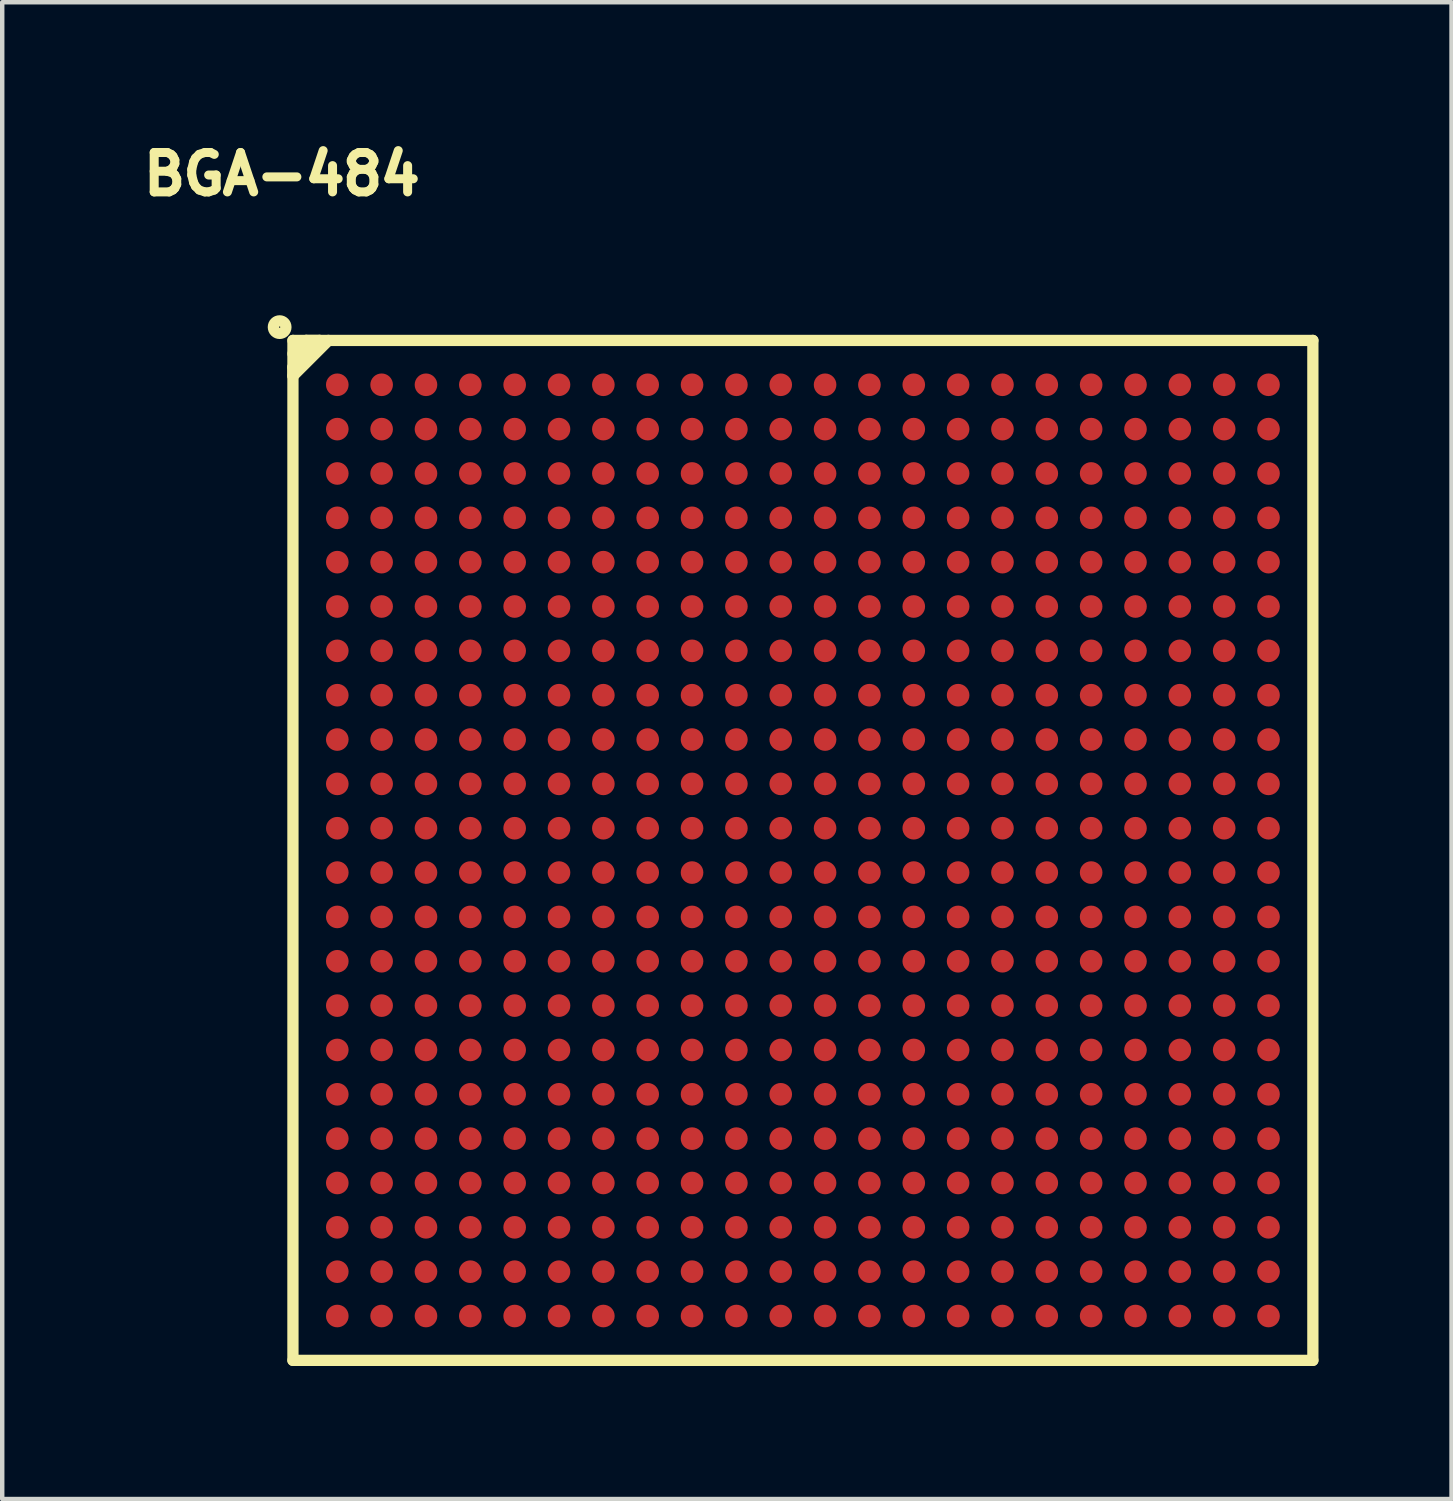
<source format=kicad_pcb>
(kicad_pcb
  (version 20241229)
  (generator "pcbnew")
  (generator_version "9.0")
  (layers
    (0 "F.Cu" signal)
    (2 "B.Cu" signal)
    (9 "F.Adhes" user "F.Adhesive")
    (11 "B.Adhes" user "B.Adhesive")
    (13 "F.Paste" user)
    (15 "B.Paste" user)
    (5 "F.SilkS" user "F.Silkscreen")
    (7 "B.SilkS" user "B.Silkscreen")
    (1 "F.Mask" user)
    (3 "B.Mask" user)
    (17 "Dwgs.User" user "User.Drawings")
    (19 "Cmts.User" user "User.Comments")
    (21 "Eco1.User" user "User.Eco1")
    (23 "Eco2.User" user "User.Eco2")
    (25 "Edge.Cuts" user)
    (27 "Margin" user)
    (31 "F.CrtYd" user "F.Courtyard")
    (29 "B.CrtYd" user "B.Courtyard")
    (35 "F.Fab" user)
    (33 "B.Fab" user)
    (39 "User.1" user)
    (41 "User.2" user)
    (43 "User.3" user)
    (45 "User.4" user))
  (footprint "BGA-484"
    (layer "F.Cu")
    (at 4.556 5.627)
    (property "Reference" "BGA-484" (at -1.25 -4.75 0) (layer "F.SilkS") (effects (font (size 0.889 0.889) (thickness 0.203))))
    (attr through_hole)
    (fp_line (start -1 -1) (end 22 -1) (stroke (width 0.254) (type solid)) (layer "F.SilkS"))
    (fp_line (start -1 -0.7) (end -0.7 -1) (stroke (width 0.254) (type solid)) (layer "F.SilkS"))
    (fp_line (start -1 -0.4) (end -1 -0.2) (stroke (width 0.254) (type solid)) (layer "F.SilkS"))
    (fp_line (start -1 -0.2) (end -0.2 -1) (stroke (width 0.254) (type solid)) (layer "F.SilkS"))
    (fp_line (start -1 22) (end -1 -1) (stroke (width 0.254) (type solid)) (layer "F.SilkS"))
    (fp_line (start -0.7 -1) (end -0.4 -1) (stroke (width 0.254) (type solid)) (layer "F.SilkS"))
    (fp_line (start -0.4 -1) (end -1 -0.4) (stroke (width 0.254) (type solid)) (layer "F.SilkS"))
    (fp_line (start 22 -1) (end 22 22) (stroke (width 0.254) (type solid)) (layer "F.SilkS"))
    (fp_line (start 22 22) (end -1 22) (stroke (width 0.254) (type solid)) (layer "F.SilkS"))
    (fp_circle (center -1.3 -1.3) (end -1.2 -1.2) (stroke (width 0.254) (type solid)) (fill no) (layer "F.SilkS"))
    (pad "A1" smd circle (at 0 0) (size 0.51 0.51) (layers "F.Cu" "F.Mask" "F.Paste"))
    (pad "A2" smd circle (at 1 0) (size 0.51 0.51) (layers "F.Cu" "F.Mask" "F.Paste"))
    (pad "A3" smd circle (at 2 0) (size 0.51 0.51) (layers "F.Cu" "F.Mask" "F.Paste"))
    (pad "A4" smd circle (at 3 0) (size 0.51 0.51) (layers "F.Cu" "F.Mask" "F.Paste"))
    (pad "A5" smd circle (at 4 0) (size 0.51 0.51) (layers "F.Cu" "F.Mask" "F.Paste"))
    (pad "A6" smd circle (at 5 0) (size 0.51 0.51) (layers "F.Cu" "F.Mask" "F.Paste"))
    (pad "A7" smd circle (at 6 0) (size 0.51 0.51) (layers "F.Cu" "F.Mask" "F.Paste"))
    (pad "A8" smd circle (at 7 0) (size 0.51 0.51) (layers "F.Cu" "F.Mask" "F.Paste"))
    (pad "A9" smd circle (at 8 0) (size 0.51 0.51) (layers "F.Cu" "F.Mask" "F.Paste"))
    (pad "A10" smd circle (at 9 0) (size 0.51 0.51) (layers "F.Cu" "F.Mask" "F.Paste"))
    (pad "A11" smd circle (at 10 0) (size 0.51 0.51) (layers "F.Cu" "F.Mask" "F.Paste"))
    (pad "A12" smd circle (at 11 0) (size 0.51 0.51) (layers "F.Cu" "F.Mask" "F.Paste"))
    (pad "A13" smd circle (at 12 0) (size 0.51 0.51) (layers "F.Cu" "F.Mask" "F.Paste"))
    (pad "A14" smd circle (at 13 0) (size 0.51 0.51) (layers "F.Cu" "F.Mask" "F.Paste"))
    (pad "A15" smd circle (at 14 0) (size 0.51 0.51) (layers "F.Cu" "F.Mask" "F.Paste"))
    (pad "A16" smd circle (at 15 0) (size 0.51 0.51) (layers "F.Cu" "F.Mask" "F.Paste"))
    (pad "A17" smd circle (at 16 0) (size 0.51 0.51) (layers "F.Cu" "F.Mask" "F.Paste"))
    (pad "A18" smd circle (at 17 0) (size 0.51 0.51) (layers "F.Cu" "F.Mask" "F.Paste"))
    (pad "A19" smd circle (at 18 0) (size 0.51 0.51) (layers "F.Cu" "F.Mask" "F.Paste"))
    (pad "A20" smd circle (at 19 0) (size 0.51 0.51) (layers "F.Cu" "F.Mask" "F.Paste"))
    (pad "A21" smd circle (at 20 0) (size 0.51 0.51) (layers "F.Cu" "F.Mask" "F.Paste"))
    (pad "A22" smd circle (at 21 0) (size 0.51 0.51) (layers "F.Cu" "F.Mask" "F.Paste"))
    (pad "AA1" smd circle (at 0 20) (size 0.51 0.51) (layers "F.Cu" "F.Mask" "F.Paste"))
    (pad "AA2" smd circle (at 1 20) (size 0.51 0.51) (layers "F.Cu" "F.Mask" "F.Paste"))
    (pad "AA3" smd circle (at 2 20) (size 0.51 0.51) (layers "F.Cu" "F.Mask" "F.Paste"))
    (pad "AA4" smd circle (at 3 20) (size 0.51 0.51) (layers "F.Cu" "F.Mask" "F.Paste"))
    (pad "AA5" smd circle (at 4 20) (size 0.51 0.51) (layers "F.Cu" "F.Mask" "F.Paste"))
    (pad "AA6" smd circle (at 5 20) (size 0.51 0.51) (layers "F.Cu" "F.Mask" "F.Paste"))
    (pad "AA7" smd circle (at 6 20) (size 0.51 0.51) (layers "F.Cu" "F.Mask" "F.Paste"))
    (pad "AA8" smd circle (at 7 20) (size 0.51 0.51) (layers "F.Cu" "F.Mask" "F.Paste"))
    (pad "AA9" smd circle (at 8 20) (size 0.51 0.51) (layers "F.Cu" "F.Mask" "F.Paste"))
    (pad "AA10" smd circle (at 9 20) (size 0.51 0.51) (layers "F.Cu" "F.Mask" "F.Paste"))
    (pad "AA11" smd circle (at 10 20) (size 0.51 0.51) (layers "F.Cu" "F.Mask" "F.Paste"))
    (pad "AA12" smd circle (at 11 20) (size 0.51 0.51) (layers "F.Cu" "F.Mask" "F.Paste"))
    (pad "AA13" smd circle (at 12 20) (size 0.51 0.51) (layers "F.Cu" "F.Mask" "F.Paste"))
    (pad "AA14" smd circle (at 13 20) (size 0.51 0.51) (layers "F.Cu" "F.Mask" "F.Paste"))
    (pad "AA15" smd circle (at 14 20) (size 0.51 0.51) (layers "F.Cu" "F.Mask" "F.Paste"))
    (pad "AA16" smd circle (at 15 20) (size 0.51 0.51) (layers "F.Cu" "F.Mask" "F.Paste"))
    (pad "AA17" smd circle (at 16 20) (size 0.51 0.51) (layers "F.Cu" "F.Mask" "F.Paste"))
    (pad "AA18" smd circle (at 17 20) (size 0.51 0.51) (layers "F.Cu" "F.Mask" "F.Paste"))
    (pad "AA19" smd circle (at 18 20) (size 0.51 0.51) (layers "F.Cu" "F.Mask" "F.Paste"))
    (pad "AA20" smd circle (at 19 20) (size 0.51 0.51) (layers "F.Cu" "F.Mask" "F.Paste"))
    (pad "AA21" smd circle (at 20 20) (size 0.51 0.51) (layers "F.Cu" "F.Mask" "F.Paste"))
    (pad "AA22" smd circle (at 21 20) (size 0.51 0.51) (layers "F.Cu" "F.Mask" "F.Paste"))
    (pad "AB1" smd circle (at 0 21) (size 0.51 0.51) (layers "F.Cu" "F.Mask" "F.Paste"))
    (pad "AB2" smd circle (at 1 21) (size 0.51 0.51) (layers "F.Cu" "F.Mask" "F.Paste"))
    (pad "AB3" smd circle (at 2 21) (size 0.51 0.51) (layers "F.Cu" "F.Mask" "F.Paste"))
    (pad "AB4" smd circle (at 3 21) (size 0.51 0.51) (layers "F.Cu" "F.Mask" "F.Paste"))
    (pad "AB5" smd circle (at 4 21) (size 0.51 0.51) (layers "F.Cu" "F.Mask" "F.Paste"))
    (pad "AB6" smd circle (at 5 21) (size 0.51 0.51) (layers "F.Cu" "F.Mask" "F.Paste"))
    (pad "AB7" smd circle (at 6 21) (size 0.51 0.51) (layers "F.Cu" "F.Mask" "F.Paste"))
    (pad "AB8" smd circle (at 7 21) (size 0.51 0.51) (layers "F.Cu" "F.Mask" "F.Paste"))
    (pad "AB9" smd circle (at 8 21) (size 0.51 0.51) (layers "F.Cu" "F.Mask" "F.Paste"))
    (pad "AB10" smd circle (at 9 21) (size 0.51 0.51) (layers "F.Cu" "F.Mask" "F.Paste"))
    (pad "AB11" smd circle (at 10 21) (size 0.51 0.51) (layers "F.Cu" "F.Mask" "F.Paste"))
    (pad "AB12" smd circle (at 11 21) (size 0.51 0.51) (layers "F.Cu" "F.Mask" "F.Paste"))
    (pad "AB13" smd circle (at 12 21) (size 0.51 0.51) (layers "F.Cu" "F.Mask" "F.Paste"))
    (pad "AB14" smd circle (at 13 21) (size 0.51 0.51) (layers "F.Cu" "F.Mask" "F.Paste"))
    (pad "AB15" smd circle (at 14 21) (size 0.51 0.51) (layers "F.Cu" "F.Mask" "F.Paste"))
    (pad "AB16" smd circle (at 15 21) (size 0.51 0.51) (layers "F.Cu" "F.Mask" "F.Paste"))
    (pad "AB17" smd circle (at 16 21) (size 0.51 0.51) (layers "F.Cu" "F.Mask" "F.Paste"))
    (pad "AB18" smd circle (at 17 21) (size 0.51 0.51) (layers "F.Cu" "F.Mask" "F.Paste"))
    (pad "AB19" smd circle (at 18 21) (size 0.51 0.51) (layers "F.Cu" "F.Mask" "F.Paste"))
    (pad "AB20" smd circle (at 19 21) (size 0.51 0.51) (layers "F.Cu" "F.Mask" "F.Paste"))
    (pad "AB21" smd circle (at 20 21) (size 0.51 0.51) (layers "F.Cu" "F.Mask" "F.Paste"))
    (pad "AB22" smd circle (at 21 21) (size 0.51 0.51) (layers "F.Cu" "F.Mask" "F.Paste"))
    (pad "B1" smd circle (at 0 1) (size 0.51 0.51) (layers "F.Cu" "F.Mask" "F.Paste"))
    (pad "B2" smd circle (at 1 1) (size 0.51 0.51) (layers "F.Cu" "F.Mask" "F.Paste"))
    (pad "B3" smd circle (at 2 1) (size 0.51 0.51) (layers "F.Cu" "F.Mask" "F.Paste"))
    (pad "B4" smd circle (at 3 1) (size 0.51 0.51) (layers "F.Cu" "F.Mask" "F.Paste"))
    (pad "B5" smd circle (at 4 1) (size 0.51 0.51) (layers "F.Cu" "F.Mask" "F.Paste"))
    (pad "B6" smd circle (at 5 1) (size 0.51 0.51) (layers "F.Cu" "F.Mask" "F.Paste"))
    (pad "B7" smd circle (at 6 1) (size 0.51 0.51) (layers "F.Cu" "F.Mask" "F.Paste"))
    (pad "B8" smd circle (at 7 1) (size 0.51 0.51) (layers "F.Cu" "F.Mask" "F.Paste"))
    (pad "B9" smd circle (at 8 1) (size 0.51 0.51) (layers "F.Cu" "F.Mask" "F.Paste"))
    (pad "B10" smd circle (at 9 1) (size 0.51 0.51) (layers "F.Cu" "F.Mask" "F.Paste"))
    (pad "B11" smd circle (at 10 1) (size 0.51 0.51) (layers "F.Cu" "F.Mask" "F.Paste"))
    (pad "B12" smd circle (at 11 1) (size 0.51 0.51) (layers "F.Cu" "F.Mask" "F.Paste"))
    (pad "B13" smd circle (at 12 1) (size 0.51 0.51) (layers "F.Cu" "F.Mask" "F.Paste"))
    (pad "B14" smd circle (at 13 1) (size 0.51 0.51) (layers "F.Cu" "F.Mask" "F.Paste"))
    (pad "B15" smd circle (at 14 1) (size 0.51 0.51) (layers "F.Cu" "F.Mask" "F.Paste"))
    (pad "B16" smd circle (at 15 1) (size 0.51 0.51) (layers "F.Cu" "F.Mask" "F.Paste"))
    (pad "B17" smd circle (at 16 1) (size 0.51 0.51) (layers "F.Cu" "F.Mask" "F.Paste"))
    (pad "B18" smd circle (at 17 1) (size 0.51 0.51) (layers "F.Cu" "F.Mask" "F.Paste"))
    (pad "B19" smd circle (at 18 1) (size 0.51 0.51) (layers "F.Cu" "F.Mask" "F.Paste"))
    (pad "B20" smd circle (at 19 1) (size 0.51 0.51) (layers "F.Cu" "F.Mask" "F.Paste"))
    (pad "B21" smd circle (at 20 1) (size 0.51 0.51) (layers "F.Cu" "F.Mask" "F.Paste"))
    (pad "B22" smd circle (at 21 1) (size 0.51 0.51) (layers "F.Cu" "F.Mask" "F.Paste"))
    (pad "C1" smd circle (at 0 2) (size 0.51 0.51) (layers "F.Cu" "F.Mask" "F.Paste"))
    (pad "C2" smd circle (at 1 2) (size 0.51 0.51) (layers "F.Cu" "F.Mask" "F.Paste"))
    (pad "C3" smd circle (at 2 2) (size 0.51 0.51) (layers "F.Cu" "F.Mask" "F.Paste"))
    (pad "C4" smd circle (at 3 2) (size 0.51 0.51) (layers "F.Cu" "F.Mask" "F.Paste"))
    (pad "C5" smd circle (at 4 2) (size 0.51 0.51) (layers "F.Cu" "F.Mask" "F.Paste"))
    (pad "C6" smd circle (at 5 2) (size 0.51 0.51) (layers "F.Cu" "F.Mask" "F.Paste"))
    (pad "C7" smd circle (at 6 2) (size 0.51 0.51) (layers "F.Cu" "F.Mask" "F.Paste"))
    (pad "C8" smd circle (at 7 2) (size 0.51 0.51) (layers "F.Cu" "F.Mask" "F.Paste"))
    (pad "C9" smd circle (at 8 2) (size 0.51 0.51) (layers "F.Cu" "F.Mask" "F.Paste"))
    (pad "C10" smd circle (at 9 2) (size 0.51 0.51) (layers "F.Cu" "F.Mask" "F.Paste"))
    (pad "C11" smd circle (at 10 2) (size 0.51 0.51) (layers "F.Cu" "F.Mask" "F.Paste"))
    (pad "C12" smd circle (at 11 2) (size 0.51 0.51) (layers "F.Cu" "F.Mask" "F.Paste"))
    (pad "C13" smd circle (at 12 2) (size 0.51 0.51) (layers "F.Cu" "F.Mask" "F.Paste"))
    (pad "C14" smd circle (at 13 2) (size 0.51 0.51) (layers "F.Cu" "F.Mask" "F.Paste"))
    (pad "C15" smd circle (at 14 2) (size 0.51 0.51) (layers "F.Cu" "F.Mask" "F.Paste"))
    (pad "C16" smd circle (at 15 2) (size 0.51 0.51) (layers "F.Cu" "F.Mask" "F.Paste"))
    (pad "C17" smd circle (at 16 2) (size 0.51 0.51) (layers "F.Cu" "F.Mask" "F.Paste"))
    (pad "C18" smd circle (at 17 2) (size 0.51 0.51) (layers "F.Cu" "F.Mask" "F.Paste"))
    (pad "C19" smd circle (at 18 2) (size 0.51 0.51) (layers "F.Cu" "F.Mask" "F.Paste"))
    (pad "C20" smd circle (at 19 2) (size 0.51 0.51) (layers "F.Cu" "F.Mask" "F.Paste"))
    (pad "C21" smd circle (at 20 2) (size 0.51 0.51) (layers "F.Cu" "F.Mask" "F.Paste"))
    (pad "C22" smd circle (at 21 2) (size 0.51 0.51) (layers "F.Cu" "F.Mask" "F.Paste"))
    (pad "D1" smd circle (at 0 3) (size 0.51 0.51) (layers "F.Cu" "F.Mask" "F.Paste"))
    (pad "D2" smd circle (at 1 3) (size 0.51 0.51) (layers "F.Cu" "F.Mask" "F.Paste"))
    (pad "D3" smd circle (at 2 3) (size 0.51 0.51) (layers "F.Cu" "F.Mask" "F.Paste"))
    (pad "D4" smd circle (at 3 3) (size 0.51 0.51) (layers "F.Cu" "F.Mask" "F.Paste"))
    (pad "D5" smd circle (at 4 3) (size 0.51 0.51) (layers "F.Cu" "F.Mask" "F.Paste"))
    (pad "D6" smd circle (at 5 3) (size 0.51 0.51) (layers "F.Cu" "F.Mask" "F.Paste"))
    (pad "D7" smd circle (at 6 3) (size 0.51 0.51) (layers "F.Cu" "F.Mask" "F.Paste"))
    (pad "D8" smd circle (at 7 3) (size 0.51 0.51) (layers "F.Cu" "F.Mask" "F.Paste"))
    (pad "D9" smd circle (at 8 3) (size 0.51 0.51) (layers "F.Cu" "F.Mask" "F.Paste"))
    (pad "D10" smd circle (at 9 3) (size 0.51 0.51) (layers "F.Cu" "F.Mask" "F.Paste"))
    (pad "D11" smd circle (at 10 3) (size 0.51 0.51) (layers "F.Cu" "F.Mask" "F.Paste"))
    (pad "D12" smd circle (at 11 3) (size 0.51 0.51) (layers "F.Cu" "F.Mask" "F.Paste"))
    (pad "D13" smd circle (at 12 3) (size 0.51 0.51) (layers "F.Cu" "F.Mask" "F.Paste"))
    (pad "D14" smd circle (at 13 3) (size 0.51 0.51) (layers "F.Cu" "F.Mask" "F.Paste"))
    (pad "D15" smd circle (at 14 3) (size 0.51 0.51) (layers "F.Cu" "F.Mask" "F.Paste"))
    (pad "D16" smd circle (at 15 3) (size 0.51 0.51) (layers "F.Cu" "F.Mask" "F.Paste"))
    (pad "D17" smd circle (at 16 3) (size 0.51 0.51) (layers "F.Cu" "F.Mask" "F.Paste"))
    (pad "D18" smd circle (at 17 3) (size 0.51 0.51) (layers "F.Cu" "F.Mask" "F.Paste"))
    (pad "D19" smd circle (at 18 3) (size 0.51 0.51) (layers "F.Cu" "F.Mask" "F.Paste"))
    (pad "D20" smd circle (at 19 3) (size 0.51 0.51) (layers "F.Cu" "F.Mask" "F.Paste"))
    (pad "D21" smd circle (at 20 3) (size 0.51 0.51) (layers "F.Cu" "F.Mask" "F.Paste"))
    (pad "D22" smd circle (at 21 3) (size 0.51 0.51) (layers "F.Cu" "F.Mask" "F.Paste"))
    (pad "E1" smd circle (at 0 4) (size 0.51 0.51) (layers "F.Cu" "F.Mask" "F.Paste"))
    (pad "E2" smd circle (at 1 4) (size 0.51 0.51) (layers "F.Cu" "F.Mask" "F.Paste"))
    (pad "E3" smd circle (at 2 4) (size 0.51 0.51) (layers "F.Cu" "F.Mask" "F.Paste"))
    (pad "E4" smd circle (at 3 4) (size 0.51 0.51) (layers "F.Cu" "F.Mask" "F.Paste"))
    (pad "E5" smd circle (at 4 4) (size 0.51 0.51) (layers "F.Cu" "F.Mask" "F.Paste"))
    (pad "E6" smd circle (at 5 4) (size 0.51 0.51) (layers "F.Cu" "F.Mask" "F.Paste"))
    (pad "E7" smd circle (at 6 4) (size 0.51 0.51) (layers "F.Cu" "F.Mask" "F.Paste"))
    (pad "E8" smd circle (at 7 4) (size 0.51 0.51) (layers "F.Cu" "F.Mask" "F.Paste"))
    (pad "E9" smd circle (at 8 4) (size 0.51 0.51) (layers "F.Cu" "F.Mask" "F.Paste"))
    (pad "E10" smd circle (at 9 4) (size 0.51 0.51) (layers "F.Cu" "F.Mask" "F.Paste"))
    (pad "E11" smd circle (at 10 4) (size 0.51 0.51) (layers "F.Cu" "F.Mask" "F.Paste"))
    (pad "E12" smd circle (at 11 4) (size 0.51 0.51) (layers "F.Cu" "F.Mask" "F.Paste"))
    (pad "E13" smd circle (at 12 4) (size 0.51 0.51) (layers "F.Cu" "F.Mask" "F.Paste"))
    (pad "E14" smd circle (at 13 4) (size 0.51 0.51) (layers "F.Cu" "F.Mask" "F.Paste"))
    (pad "E15" smd circle (at 14 4) (size 0.51 0.51) (layers "F.Cu" "F.Mask" "F.Paste"))
    (pad "E16" smd circle (at 15 4) (size 0.51 0.51) (layers "F.Cu" "F.Mask" "F.Paste"))
    (pad "E17" smd circle (at 16 4) (size 0.51 0.51) (layers "F.Cu" "F.Mask" "F.Paste"))
    (pad "E18" smd circle (at 17 4) (size 0.51 0.51) (layers "F.Cu" "F.Mask" "F.Paste"))
    (pad "E19" smd circle (at 18 4) (size 0.51 0.51) (layers "F.Cu" "F.Mask" "F.Paste"))
    (pad "E20" smd circle (at 19 4) (size 0.51 0.51) (layers "F.Cu" "F.Mask" "F.Paste"))
    (pad "E21" smd circle (at 20 4) (size 0.51 0.51) (layers "F.Cu" "F.Mask" "F.Paste"))
    (pad "E22" smd circle (at 21 4) (size 0.51 0.51) (layers "F.Cu" "F.Mask" "F.Paste"))
    (pad "F1" smd circle (at 0 5) (size 0.51 0.51) (layers "F.Cu" "F.Mask" "F.Paste"))
    (pad "F2" smd circle (at 1 5) (size 0.51 0.51) (layers "F.Cu" "F.Mask" "F.Paste"))
    (pad "F3" smd circle (at 2 5) (size 0.51 0.51) (layers "F.Cu" "F.Mask" "F.Paste"))
    (pad "F4" smd circle (at 3 5) (size 0.51 0.51) (layers "F.Cu" "F.Mask" "F.Paste"))
    (pad "F5" smd circle (at 4 5) (size 0.51 0.51) (layers "F.Cu" "F.Mask" "F.Paste"))
    (pad "F6" smd circle (at 5 5) (size 0.51 0.51) (layers "F.Cu" "F.Mask" "F.Paste"))
    (pad "F7" smd circle (at 6 5) (size 0.51 0.51) (layers "F.Cu" "F.Mask" "F.Paste"))
    (pad "F8" smd circle (at 7 5) (size 0.51 0.51) (layers "F.Cu" "F.Mask" "F.Paste"))
    (pad "F9" smd circle (at 8 5) (size 0.51 0.51) (layers "F.Cu" "F.Mask" "F.Paste"))
    (pad "F10" smd circle (at 9 5) (size 0.51 0.51) (layers "F.Cu" "F.Mask" "F.Paste"))
    (pad "F11" smd circle (at 10 5) (size 0.51 0.51) (layers "F.Cu" "F.Mask" "F.Paste"))
    (pad "F12" smd circle (at 11 5) (size 0.51 0.51) (layers "F.Cu" "F.Mask" "F.Paste"))
    (pad "F13" smd circle (at 12 5) (size 0.51 0.51) (layers "F.Cu" "F.Mask" "F.Paste"))
    (pad "F14" smd circle (at 13 5) (size 0.51 0.51) (layers "F.Cu" "F.Mask" "F.Paste"))
    (pad "F15" smd circle (at 14 5) (size 0.51 0.51) (layers "F.Cu" "F.Mask" "F.Paste"))
    (pad "F16" smd circle (at 15 5) (size 0.51 0.51) (layers "F.Cu" "F.Mask" "F.Paste"))
    (pad "F17" smd circle (at 16 5) (size 0.51 0.51) (layers "F.Cu" "F.Mask" "F.Paste"))
    (pad "F18" smd circle (at 17 5) (size 0.51 0.51) (layers "F.Cu" "F.Mask" "F.Paste"))
    (pad "F19" smd circle (at 18 5) (size 0.51 0.51) (layers "F.Cu" "F.Mask" "F.Paste"))
    (pad "F20" smd circle (at 19 5) (size 0.51 0.51) (layers "F.Cu" "F.Mask" "F.Paste"))
    (pad "F21" smd circle (at 20 5) (size 0.51 0.51) (layers "F.Cu" "F.Mask" "F.Paste"))
    (pad "F22" smd circle (at 21 5) (size 0.51 0.51) (layers "F.Cu" "F.Mask" "F.Paste"))
    (pad "G1" smd circle (at 0 6) (size 0.51 0.51) (layers "F.Cu" "F.Mask" "F.Paste"))
    (pad "G2" smd circle (at 1 6) (size 0.51 0.51) (layers "F.Cu" "F.Mask" "F.Paste"))
    (pad "G3" smd circle (at 2 6) (size 0.51 0.51) (layers "F.Cu" "F.Mask" "F.Paste"))
    (pad "G4" smd circle (at 3 6) (size 0.51 0.51) (layers "F.Cu" "F.Mask" "F.Paste"))
    (pad "G5" smd circle (at 4 6) (size 0.51 0.51) (layers "F.Cu" "F.Mask" "F.Paste"))
    (pad "G6" smd circle (at 5 6) (size 0.51 0.51) (layers "F.Cu" "F.Mask" "F.Paste"))
    (pad "G7" smd circle (at 6 6) (size 0.51 0.51) (layers "F.Cu" "F.Mask" "F.Paste"))
    (pad "G8" smd circle (at 7 6) (size 0.51 0.51) (layers "F.Cu" "F.Mask" "F.Paste"))
    (pad "G9" smd circle (at 8 6) (size 0.51 0.51) (layers "F.Cu" "F.Mask" "F.Paste"))
    (pad "G10" smd circle (at 9 6) (size 0.51 0.51) (layers "F.Cu" "F.Mask" "F.Paste"))
    (pad "G11" smd circle (at 10 6) (size 0.51 0.51) (layers "F.Cu" "F.Mask" "F.Paste"))
    (pad "G12" smd circle (at 11 6) (size 0.51 0.51) (layers "F.Cu" "F.Mask" "F.Paste"))
    (pad "G13" smd circle (at 12 6) (size 0.51 0.51) (layers "F.Cu" "F.Mask" "F.Paste"))
    (pad "G14" smd circle (at 13 6) (size 0.51 0.51) (layers "F.Cu" "F.Mask" "F.Paste"))
    (pad "G15" smd circle (at 14 6) (size 0.51 0.51) (layers "F.Cu" "F.Mask" "F.Paste"))
    (pad "G16" smd circle (at 15 6) (size 0.51 0.51) (layers "F.Cu" "F.Mask" "F.Paste"))
    (pad "G17" smd circle (at 16 6) (size 0.51 0.51) (layers "F.Cu" "F.Mask" "F.Paste"))
    (pad "G18" smd circle (at 17 6) (size 0.51 0.51) (layers "F.Cu" "F.Mask" "F.Paste"))
    (pad "G19" smd circle (at 18 6) (size 0.51 0.51) (layers "F.Cu" "F.Mask" "F.Paste"))
    (pad "G20" smd circle (at 19 6) (size 0.51 0.51) (layers "F.Cu" "F.Mask" "F.Paste"))
    (pad "G21" smd circle (at 20 6) (size 0.51 0.51) (layers "F.Cu" "F.Mask" "F.Paste"))
    (pad "G22" smd circle (at 21 6) (size 0.51 0.51) (layers "F.Cu" "F.Mask" "F.Paste"))
    (pad "H1" smd circle (at 0 7) (size 0.51 0.51) (layers "F.Cu" "F.Mask" "F.Paste"))
    (pad "H2" smd circle (at 1 7) (size 0.51 0.51) (layers "F.Cu" "F.Mask" "F.Paste"))
    (pad "H3" smd circle (at 2 7) (size 0.51 0.51) (layers "F.Cu" "F.Mask" "F.Paste"))
    (pad "H4" smd circle (at 3 7) (size 0.51 0.51) (layers "F.Cu" "F.Mask" "F.Paste"))
    (pad "H5" smd circle (at 4 7) (size 0.51 0.51) (layers "F.Cu" "F.Mask" "F.Paste"))
    (pad "H6" smd circle (at 5 7) (size 0.51 0.51) (layers "F.Cu" "F.Mask" "F.Paste"))
    (pad "H7" smd circle (at 6 7) (size 0.51 0.51) (layers "F.Cu" "F.Mask" "F.Paste"))
    (pad "H8" smd circle (at 7 7) (size 0.51 0.51) (layers "F.Cu" "F.Mask" "F.Paste"))
    (pad "H9" smd circle (at 8 7) (size 0.51 0.51) (layers "F.Cu" "F.Mask" "F.Paste"))
    (pad "H10" smd circle (at 9 7) (size 0.51 0.51) (layers "F.Cu" "F.Mask" "F.Paste"))
    (pad "H11" smd circle (at 10 7) (size 0.51 0.51) (layers "F.Cu" "F.Mask" "F.Paste"))
    (pad "H12" smd circle (at 11 7) (size 0.51 0.51) (layers "F.Cu" "F.Mask" "F.Paste"))
    (pad "H13" smd circle (at 12 7) (size 0.51 0.51) (layers "F.Cu" "F.Mask" "F.Paste"))
    (pad "H14" smd circle (at 13 7) (size 0.51 0.51) (layers "F.Cu" "F.Mask" "F.Paste"))
    (pad "H15" smd circle (at 14 7) (size 0.51 0.51) (layers "F.Cu" "F.Mask" "F.Paste"))
    (pad "H16" smd circle (at 15 7) (size 0.51 0.51) (layers "F.Cu" "F.Mask" "F.Paste"))
    (pad "H17" smd circle (at 16 7) (size 0.51 0.51) (layers "F.Cu" "F.Mask" "F.Paste"))
    (pad "H18" smd circle (at 17 7) (size 0.51 0.51) (layers "F.Cu" "F.Mask" "F.Paste"))
    (pad "H19" smd circle (at 18 7) (size 0.51 0.51) (layers "F.Cu" "F.Mask" "F.Paste"))
    (pad "H20" smd circle (at 19 7) (size 0.51 0.51) (layers "F.Cu" "F.Mask" "F.Paste"))
    (pad "H21" smd circle (at 20 7) (size 0.51 0.51) (layers "F.Cu" "F.Mask" "F.Paste"))
    (pad "H22" smd circle (at 21 7) (size 0.51 0.51) (layers "F.Cu" "F.Mask" "F.Paste"))
    (pad "J1" smd circle (at 0 8) (size 0.51 0.51) (layers "F.Cu" "F.Mask" "F.Paste"))
    (pad "J2" smd circle (at 1 8) (size 0.51 0.51) (layers "F.Cu" "F.Mask" "F.Paste"))
    (pad "J3" smd circle (at 2 8) (size 0.51 0.51) (layers "F.Cu" "F.Mask" "F.Paste"))
    (pad "J4" smd circle (at 3 8) (size 0.51 0.51) (layers "F.Cu" "F.Mask" "F.Paste"))
    (pad "J5" smd circle (at 4 8) (size 0.51 0.51) (layers "F.Cu" "F.Mask" "F.Paste"))
    (pad "J6" smd circle (at 5 8) (size 0.51 0.51) (layers "F.Cu" "F.Mask" "F.Paste"))
    (pad "J7" smd circle (at 6 8) (size 0.51 0.51) (layers "F.Cu" "F.Mask" "F.Paste"))
    (pad "J8" smd circle (at 7 8) (size 0.51 0.51) (layers "F.Cu" "F.Mask" "F.Paste"))
    (pad "J9" smd circle (at 8 8) (size 0.51 0.51) (layers "F.Cu" "F.Mask" "F.Paste"))
    (pad "J10" smd circle (at 9 8) (size 0.51 0.51) (layers "F.Cu" "F.Mask" "F.Paste"))
    (pad "J11" smd circle (at 10 8) (size 0.51 0.51) (layers "F.Cu" "F.Mask" "F.Paste"))
    (pad "J12" smd circle (at 11 8) (size 0.51 0.51) (layers "F.Cu" "F.Mask" "F.Paste"))
    (pad "J13" smd circle (at 12 8) (size 0.51 0.51) (layers "F.Cu" "F.Mask" "F.Paste"))
    (pad "J14" smd circle (at 13 8) (size 0.51 0.51) (layers "F.Cu" "F.Mask" "F.Paste"))
    (pad "J15" smd circle (at 14 8) (size 0.51 0.51) (layers "F.Cu" "F.Mask" "F.Paste"))
    (pad "J16" smd circle (at 15 8) (size 0.51 0.51) (layers "F.Cu" "F.Mask" "F.Paste"))
    (pad "J17" smd circle (at 16 8) (size 0.51 0.51) (layers "F.Cu" "F.Mask" "F.Paste"))
    (pad "J18" smd circle (at 17 8) (size 0.51 0.51) (layers "F.Cu" "F.Mask" "F.Paste"))
    (pad "J19" smd circle (at 18 8) (size 0.51 0.51) (layers "F.Cu" "F.Mask" "F.Paste"))
    (pad "J20" smd circle (at 19 8) (size 0.51 0.51) (layers "F.Cu" "F.Mask" "F.Paste"))
    (pad "J21" smd circle (at 20 8) (size 0.51 0.51) (layers "F.Cu" "F.Mask" "F.Paste"))
    (pad "J22" smd circle (at 21 8) (size 0.51 0.51) (layers "F.Cu" "F.Mask" "F.Paste"))
    (pad "K1" smd circle (at 0 9) (size 0.51 0.51) (layers "F.Cu" "F.Mask" "F.Paste"))
    (pad "K2" smd circle (at 1 9) (size 0.51 0.51) (layers "F.Cu" "F.Mask" "F.Paste"))
    (pad "K3" smd circle (at 2 9) (size 0.51 0.51) (layers "F.Cu" "F.Mask" "F.Paste"))
    (pad "K4" smd circle (at 3 9) (size 0.51 0.51) (layers "F.Cu" "F.Mask" "F.Paste"))
    (pad "K5" smd circle (at 4 9) (size 0.51 0.51) (layers "F.Cu" "F.Mask" "F.Paste"))
    (pad "K6" smd circle (at 5 9) (size 0.51 0.51) (layers "F.Cu" "F.Mask" "F.Paste"))
    (pad "K7" smd circle (at 6 9) (size 0.51 0.51) (layers "F.Cu" "F.Mask" "F.Paste"))
    (pad "K8" smd circle (at 7 9) (size 0.51 0.51) (layers "F.Cu" "F.Mask" "F.Paste"))
    (pad "K9" smd circle (at 8 9) (size 0.51 0.51) (layers "F.Cu" "F.Mask" "F.Paste"))
    (pad "K10" smd circle (at 9 9) (size 0.51 0.51) (layers "F.Cu" "F.Mask" "F.Paste"))
    (pad "K11" smd circle (at 10 9) (size 0.51 0.51) (layers "F.Cu" "F.Mask" "F.Paste"))
    (pad "K12" smd circle (at 11 9) (size 0.51 0.51) (layers "F.Cu" "F.Mask" "F.Paste"))
    (pad "K13" smd circle (at 12 9) (size 0.51 0.51) (layers "F.Cu" "F.Mask" "F.Paste"))
    (pad "K14" smd circle (at 13 9) (size 0.51 0.51) (layers "F.Cu" "F.Mask" "F.Paste"))
    (pad "K15" smd circle (at 14 9) (size 0.51 0.51) (layers "F.Cu" "F.Mask" "F.Paste"))
    (pad "K16" smd circle (at 15 9) (size 0.51 0.51) (layers "F.Cu" "F.Mask" "F.Paste"))
    (pad "K17" smd circle (at 16 9) (size 0.51 0.51) (layers "F.Cu" "F.Mask" "F.Paste"))
    (pad "K18" smd circle (at 17 9) (size 0.51 0.51) (layers "F.Cu" "F.Mask" "F.Paste"))
    (pad "K19" smd circle (at 18 9) (size 0.51 0.51) (layers "F.Cu" "F.Mask" "F.Paste"))
    (pad "K20" smd circle (at 19 9) (size 0.51 0.51) (layers "F.Cu" "F.Mask" "F.Paste"))
    (pad "K21" smd circle (at 20 9) (size 0.51 0.51) (layers "F.Cu" "F.Mask" "F.Paste"))
    (pad "K22" smd circle (at 21 9) (size 0.51 0.51) (layers "F.Cu" "F.Mask" "F.Paste"))
    (pad "L1" smd circle (at 0 10) (size 0.51 0.51) (layers "F.Cu" "F.Mask" "F.Paste"))
    (pad "L2" smd circle (at 1 10) (size 0.51 0.51) (layers "F.Cu" "F.Mask" "F.Paste"))
    (pad "L3" smd circle (at 2 10) (size 0.51 0.51) (layers "F.Cu" "F.Mask" "F.Paste"))
    (pad "L4" smd circle (at 3 10) (size 0.51 0.51) (layers "F.Cu" "F.Mask" "F.Paste"))
    (pad "L5" smd circle (at 4 10) (size 0.51 0.51) (layers "F.Cu" "F.Mask" "F.Paste"))
    (pad "L6" smd circle (at 5 10) (size 0.51 0.51) (layers "F.Cu" "F.Mask" "F.Paste"))
    (pad "L7" smd circle (at 6 10) (size 0.51 0.51) (layers "F.Cu" "F.Mask" "F.Paste"))
    (pad "L8" smd circle (at 7 10) (size 0.51 0.51) (layers "F.Cu" "F.Mask" "F.Paste"))
    (pad "L9" smd circle (at 8 10) (size 0.51 0.51) (layers "F.Cu" "F.Mask" "F.Paste"))
    (pad "L10" smd circle (at 9 10) (size 0.51 0.51) (layers "F.Cu" "F.Mask" "F.Paste"))
    (pad "L11" smd circle (at 10 10) (size 0.51 0.51) (layers "F.Cu" "F.Mask" "F.Paste"))
    (pad "L12" smd circle (at 11 10) (size 0.51 0.51) (layers "F.Cu" "F.Mask" "F.Paste"))
    (pad "L13" smd circle (at 12 10) (size 0.51 0.51) (layers "F.Cu" "F.Mask" "F.Paste"))
    (pad "L14" smd circle (at 13 10) (size 0.51 0.51) (layers "F.Cu" "F.Mask" "F.Paste"))
    (pad "L15" smd circle (at 14 10) (size 0.51 0.51) (layers "F.Cu" "F.Mask" "F.Paste"))
    (pad "L16" smd circle (at 15 10) (size 0.51 0.51) (layers "F.Cu" "F.Mask" "F.Paste"))
    (pad "L17" smd circle (at 16 10) (size 0.51 0.51) (layers "F.Cu" "F.Mask" "F.Paste"))
    (pad "L18" smd circle (at 17 10) (size 0.51 0.51) (layers "F.Cu" "F.Mask" "F.Paste"))
    (pad "L19" smd circle (at 18 10) (size 0.51 0.51) (layers "F.Cu" "F.Mask" "F.Paste"))
    (pad "L20" smd circle (at 19 10) (size 0.51 0.51) (layers "F.Cu" "F.Mask" "F.Paste"))
    (pad "L21" smd circle (at 20 10) (size 0.51 0.51) (layers "F.Cu" "F.Mask" "F.Paste"))
    (pad "L22" smd circle (at 21 10) (size 0.51 0.51) (layers "F.Cu" "F.Mask" "F.Paste"))
    (pad "M1" smd circle (at 0 11) (size 0.51 0.51) (layers "F.Cu" "F.Mask" "F.Paste"))
    (pad "M2" smd circle (at 1 11) (size 0.51 0.51) (layers "F.Cu" "F.Mask" "F.Paste"))
    (pad "M3" smd circle (at 2 11) (size 0.51 0.51) (layers "F.Cu" "F.Mask" "F.Paste"))
    (pad "M4" smd circle (at 3 11) (size 0.51 0.51) (layers "F.Cu" "F.Mask" "F.Paste"))
    (pad "M5" smd circle (at 4 11) (size 0.51 0.51) (layers "F.Cu" "F.Mask" "F.Paste"))
    (pad "M6" smd circle (at 5 11) (size 0.51 0.51) (layers "F.Cu" "F.Mask" "F.Paste"))
    (pad "M7" smd circle (at 6 11) (size 0.51 0.51) (layers "F.Cu" "F.Mask" "F.Paste"))
    (pad "M8" smd circle (at 7 11) (size 0.51 0.51) (layers "F.Cu" "F.Mask" "F.Paste"))
    (pad "M9" smd circle (at 8 11) (size 0.51 0.51) (layers "F.Cu" "F.Mask" "F.Paste"))
    (pad "M10" smd circle (at 9 11) (size 0.51 0.51) (layers "F.Cu" "F.Mask" "F.Paste"))
    (pad "M11" smd circle (at 10 11) (size 0.51 0.51) (layers "F.Cu" "F.Mask" "F.Paste"))
    (pad "M12" smd circle (at 11 11) (size 0.51 0.51) (layers "F.Cu" "F.Mask" "F.Paste"))
    (pad "M13" smd circle (at 12 11) (size 0.51 0.51) (layers "F.Cu" "F.Mask" "F.Paste"))
    (pad "M14" smd circle (at 13 11) (size 0.51 0.51) (layers "F.Cu" "F.Mask" "F.Paste"))
    (pad "M15" smd circle (at 14 11) (size 0.51 0.51) (layers "F.Cu" "F.Mask" "F.Paste"))
    (pad "M16" smd circle (at 15 11) (size 0.51 0.51) (layers "F.Cu" "F.Mask" "F.Paste"))
    (pad "M17" smd circle (at 16 11) (size 0.51 0.51) (layers "F.Cu" "F.Mask" "F.Paste"))
    (pad "M18" smd circle (at 17 11) (size 0.51 0.51) (layers "F.Cu" "F.Mask" "F.Paste"))
    (pad "M19" smd circle (at 18 11) (size 0.51 0.51) (layers "F.Cu" "F.Mask" "F.Paste"))
    (pad "M20" smd circle (at 19 11) (size 0.51 0.51) (layers "F.Cu" "F.Mask" "F.Paste"))
    (pad "M21" smd circle (at 20 11) (size 0.51 0.51) (layers "F.Cu" "F.Mask" "F.Paste"))
    (pad "M22" smd circle (at 21 11) (size 0.51 0.51) (layers "F.Cu" "F.Mask" "F.Paste"))
    (pad "N1" smd circle (at 0 12) (size 0.51 0.51) (layers "F.Cu" "F.Mask" "F.Paste"))
    (pad "N2" smd circle (at 1 12) (size 0.51 0.51) (layers "F.Cu" "F.Mask" "F.Paste"))
    (pad "N3" smd circle (at 2 12) (size 0.51 0.51) (layers "F.Cu" "F.Mask" "F.Paste"))
    (pad "N4" smd circle (at 3 12) (size 0.51 0.51) (layers "F.Cu" "F.Mask" "F.Paste"))
    (pad "N5" smd circle (at 4 12) (size 0.51 0.51) (layers "F.Cu" "F.Mask" "F.Paste"))
    (pad "N6" smd circle (at 5 12) (size 0.51 0.51) (layers "F.Cu" "F.Mask" "F.Paste"))
    (pad "N7" smd circle (at 6 12) (size 0.51 0.51) (layers "F.Cu" "F.Mask" "F.Paste"))
    (pad "N8" smd circle (at 7 12) (size 0.51 0.51) (layers "F.Cu" "F.Mask" "F.Paste"))
    (pad "N9" smd circle (at 8 12) (size 0.51 0.51) (layers "F.Cu" "F.Mask" "F.Paste"))
    (pad "N10" smd circle (at 9 12) (size 0.51 0.51) (layers "F.Cu" "F.Mask" "F.Paste"))
    (pad "N11" smd circle (at 10 12) (size 0.51 0.51) (layers "F.Cu" "F.Mask" "F.Paste"))
    (pad "N12" smd circle (at 11 12) (size 0.51 0.51) (layers "F.Cu" "F.Mask" "F.Paste"))
    (pad "N13" smd circle (at 12 12) (size 0.51 0.51) (layers "F.Cu" "F.Mask" "F.Paste"))
    (pad "N14" smd circle (at 13 12) (size 0.51 0.51) (layers "F.Cu" "F.Mask" "F.Paste"))
    (pad "N15" smd circle (at 14 12) (size 0.51 0.51) (layers "F.Cu" "F.Mask" "F.Paste"))
    (pad "N16" smd circle (at 15 12) (size 0.51 0.51) (layers "F.Cu" "F.Mask" "F.Paste"))
    (pad "N17" smd circle (at 16 12) (size 0.51 0.51) (layers "F.Cu" "F.Mask" "F.Paste"))
    (pad "N18" smd circle (at 17 12) (size 0.51 0.51) (layers "F.Cu" "F.Mask" "F.Paste"))
    (pad "N19" smd circle (at 18 12) (size 0.51 0.51) (layers "F.Cu" "F.Mask" "F.Paste"))
    (pad "N20" smd circle (at 19 12) (size 0.51 0.51) (layers "F.Cu" "F.Mask" "F.Paste"))
    (pad "N21" smd circle (at 20 12) (size 0.51 0.51) (layers "F.Cu" "F.Mask" "F.Paste"))
    (pad "N22" smd circle (at 21 12) (size 0.51 0.51) (layers "F.Cu" "F.Mask" "F.Paste"))
    (pad "P1" smd circle (at 0 13) (size 0.51 0.51) (layers "F.Cu" "F.Mask" "F.Paste"))
    (pad "P2" smd circle (at 1 13) (size 0.51 0.51) (layers "F.Cu" "F.Mask" "F.Paste"))
    (pad "P3" smd circle (at 2 13) (size 0.51 0.51) (layers "F.Cu" "F.Mask" "F.Paste"))
    (pad "P4" smd circle (at 3 13) (size 0.51 0.51) (layers "F.Cu" "F.Mask" "F.Paste"))
    (pad "P5" smd circle (at 4 13) (size 0.51 0.51) (layers "F.Cu" "F.Mask" "F.Paste"))
    (pad "P6" smd circle (at 5 13) (size 0.51 0.51) (layers "F.Cu" "F.Mask" "F.Paste"))
    (pad "P7" smd circle (at 6 13) (size 0.51 0.51) (layers "F.Cu" "F.Mask" "F.Paste"))
    (pad "P8" smd circle (at 7 13) (size 0.51 0.51) (layers "F.Cu" "F.Mask" "F.Paste"))
    (pad "P9" smd circle (at 8 13) (size 0.51 0.51) (layers "F.Cu" "F.Mask" "F.Paste"))
    (pad "P10" smd circle (at 9 13) (size 0.51 0.51) (layers "F.Cu" "F.Mask" "F.Paste"))
    (pad "P11" smd circle (at 10 13) (size 0.51 0.51) (layers "F.Cu" "F.Mask" "F.Paste"))
    (pad "P12" smd circle (at 11 13) (size 0.51 0.51) (layers "F.Cu" "F.Mask" "F.Paste"))
    (pad "P13" smd circle (at 12 13) (size 0.51 0.51) (layers "F.Cu" "F.Mask" "F.Paste"))
    (pad "P14" smd circle (at 13 13) (size 0.51 0.51) (layers "F.Cu" "F.Mask" "F.Paste"))
    (pad "P15" smd circle (at 14 13) (size 0.51 0.51) (layers "F.Cu" "F.Mask" "F.Paste"))
    (pad "P16" smd circle (at 15 13) (size 0.51 0.51) (layers "F.Cu" "F.Mask" "F.Paste"))
    (pad "P17" smd circle (at 16 13) (size 0.51 0.51) (layers "F.Cu" "F.Mask" "F.Paste"))
    (pad "P18" smd circle (at 17 13) (size 0.51 0.51) (layers "F.Cu" "F.Mask" "F.Paste"))
    (pad "P19" smd circle (at 18 13) (size 0.51 0.51) (layers "F.Cu" "F.Mask" "F.Paste"))
    (pad "P20" smd circle (at 19 13) (size 0.51 0.51) (layers "F.Cu" "F.Mask" "F.Paste"))
    (pad "P21" smd circle (at 20 13) (size 0.51 0.51) (layers "F.Cu" "F.Mask" "F.Paste"))
    (pad "P22" smd circle (at 21 13) (size 0.51 0.51) (layers "F.Cu" "F.Mask" "F.Paste"))
    (pad "R1" smd circle (at 0 14) (size 0.51 0.51) (layers "F.Cu" "F.Mask" "F.Paste"))
    (pad "R2" smd circle (at 1 14) (size 0.51 0.51) (layers "F.Cu" "F.Mask" "F.Paste"))
    (pad "R3" smd circle (at 2 14) (size 0.51 0.51) (layers "F.Cu" "F.Mask" "F.Paste"))
    (pad "R4" smd circle (at 3 14) (size 0.51 0.51) (layers "F.Cu" "F.Mask" "F.Paste"))
    (pad "R5" smd circle (at 4 14) (size 0.51 0.51) (layers "F.Cu" "F.Mask" "F.Paste"))
    (pad "R6" smd circle (at 5 14) (size 0.51 0.51) (layers "F.Cu" "F.Mask" "F.Paste"))
    (pad "R7" smd circle (at 6 14) (size 0.51 0.51) (layers "F.Cu" "F.Mask" "F.Paste"))
    (pad "R8" smd circle (at 7 14) (size 0.51 0.51) (layers "F.Cu" "F.Mask" "F.Paste"))
    (pad "R9" smd circle (at 8 14) (size 0.51 0.51) (layers "F.Cu" "F.Mask" "F.Paste"))
    (pad "R10" smd circle (at 9 14) (size 0.51 0.51) (layers "F.Cu" "F.Mask" "F.Paste"))
    (pad "R11" smd circle (at 10 14) (size 0.51 0.51) (layers "F.Cu" "F.Mask" "F.Paste"))
    (pad "R12" smd circle (at 11 14) (size 0.51 0.51) (layers "F.Cu" "F.Mask" "F.Paste"))
    (pad "R13" smd circle (at 12 14) (size 0.51 0.51) (layers "F.Cu" "F.Mask" "F.Paste"))
    (pad "R14" smd circle (at 13 14) (size 0.51 0.51) (layers "F.Cu" "F.Mask" "F.Paste"))
    (pad "R15" smd circle (at 14 14) (size 0.51 0.51) (layers "F.Cu" "F.Mask" "F.Paste"))
    (pad "R16" smd circle (at 15 14) (size 0.51 0.51) (layers "F.Cu" "F.Mask" "F.Paste"))
    (pad "R17" smd circle (at 16 14) (size 0.51 0.51) (layers "F.Cu" "F.Mask" "F.Paste"))
    (pad "R18" smd circle (at 17 14) (size 0.51 0.51) (layers "F.Cu" "F.Mask" "F.Paste"))
    (pad "R19" smd circle (at 18 14) (size 0.51 0.51) (layers "F.Cu" "F.Mask" "F.Paste"))
    (pad "R20" smd circle (at 19 14) (size 0.51 0.51) (layers "F.Cu" "F.Mask" "F.Paste"))
    (pad "R21" smd circle (at 20 14) (size 0.51 0.51) (layers "F.Cu" "F.Mask" "F.Paste"))
    (pad "R22" smd circle (at 21 14) (size 0.51 0.51) (layers "F.Cu" "F.Mask" "F.Paste"))
    (pad "T1" smd circle (at 0 15) (size 0.51 0.51) (layers "F.Cu" "F.Mask" "F.Paste"))
    (pad "T2" smd circle (at 1 15) (size 0.51 0.51) (layers "F.Cu" "F.Mask" "F.Paste"))
    (pad "T3" smd circle (at 2 15) (size 0.51 0.51) (layers "F.Cu" "F.Mask" "F.Paste"))
    (pad "T4" smd circle (at 3 15) (size 0.51 0.51) (layers "F.Cu" "F.Mask" "F.Paste"))
    (pad "T5" smd circle (at 4 15) (size 0.51 0.51) (layers "F.Cu" "F.Mask" "F.Paste"))
    (pad "T6" smd circle (at 5 15) (size 0.51 0.51) (layers "F.Cu" "F.Mask" "F.Paste"))
    (pad "T7" smd circle (at 6 15) (size 0.51 0.51) (layers "F.Cu" "F.Mask" "F.Paste"))
    (pad "T8" smd circle (at 7 15) (size 0.51 0.51) (layers "F.Cu" "F.Mask" "F.Paste"))
    (pad "T9" smd circle (at 8 15) (size 0.51 0.51) (layers "F.Cu" "F.Mask" "F.Paste"))
    (pad "T10" smd circle (at 9 15) (size 0.51 0.51) (layers "F.Cu" "F.Mask" "F.Paste"))
    (pad "T11" smd circle (at 10 15) (size 0.51 0.51) (layers "F.Cu" "F.Mask" "F.Paste"))
    (pad "T12" smd circle (at 11 15) (size 0.51 0.51) (layers "F.Cu" "F.Mask" "F.Paste"))
    (pad "T13" smd circle (at 12 15) (size 0.51 0.51) (layers "F.Cu" "F.Mask" "F.Paste"))
    (pad "T14" smd circle (at 13 15) (size 0.51 0.51) (layers "F.Cu" "F.Mask" "F.Paste"))
    (pad "T15" smd circle (at 14 15) (size 0.51 0.51) (layers "F.Cu" "F.Mask" "F.Paste"))
    (pad "T16" smd circle (at 15 15) (size 0.51 0.51) (layers "F.Cu" "F.Mask" "F.Paste"))
    (pad "T17" smd circle (at 16 15) (size 0.51 0.51) (layers "F.Cu" "F.Mask" "F.Paste"))
    (pad "T18" smd circle (at 17 15) (size 0.51 0.51) (layers "F.Cu" "F.Mask" "F.Paste"))
    (pad "T19" smd circle (at 18 15) (size 0.51 0.51) (layers "F.Cu" "F.Mask" "F.Paste"))
    (pad "T20" smd circle (at 19 15) (size 0.51 0.51) (layers "F.Cu" "F.Mask" "F.Paste"))
    (pad "T21" smd circle (at 20 15) (size 0.51 0.51) (layers "F.Cu" "F.Mask" "F.Paste"))
    (pad "T22" smd circle (at 21 15) (size 0.51 0.51) (layers "F.Cu" "F.Mask" "F.Paste"))
    (pad "U1" smd circle (at 0 16) (size 0.51 0.51) (layers "F.Cu" "F.Mask" "F.Paste"))
    (pad "U2" smd circle (at 1 16) (size 0.51 0.51) (layers "F.Cu" "F.Mask" "F.Paste"))
    (pad "U3" smd circle (at 2 16) (size 0.51 0.51) (layers "F.Cu" "F.Mask" "F.Paste"))
    (pad "U4" smd circle (at 3 16) (size 0.51 0.51) (layers "F.Cu" "F.Mask" "F.Paste"))
    (pad "U5" smd circle (at 4 16) (size 0.51 0.51) (layers "F.Cu" "F.Mask" "F.Paste"))
    (pad "U6" smd circle (at 5 16) (size 0.51 0.51) (layers "F.Cu" "F.Mask" "F.Paste"))
    (pad "U7" smd circle (at 6 16) (size 0.51 0.51) (layers "F.Cu" "F.Mask" "F.Paste"))
    (pad "U8" smd circle (at 7 16) (size 0.51 0.51) (layers "F.Cu" "F.Mask" "F.Paste"))
    (pad "U9" smd circle (at 8 16) (size 0.51 0.51) (layers "F.Cu" "F.Mask" "F.Paste"))
    (pad "U10" smd circle (at 9 16) (size 0.51 0.51) (layers "F.Cu" "F.Mask" "F.Paste"))
    (pad "U11" smd circle (at 10 16) (size 0.51 0.51) (layers "F.Cu" "F.Mask" "F.Paste"))
    (pad "U12" smd circle (at 11 16) (size 0.51 0.51) (layers "F.Cu" "F.Mask" "F.Paste"))
    (pad "U13" smd circle (at 12 16) (size 0.51 0.51) (layers "F.Cu" "F.Mask" "F.Paste"))
    (pad "U14" smd circle (at 13 16) (size 0.51 0.51) (layers "F.Cu" "F.Mask" "F.Paste"))
    (pad "U15" smd circle (at 14 16) (size 0.51 0.51) (layers "F.Cu" "F.Mask" "F.Paste"))
    (pad "U16" smd circle (at 15 16) (size 0.51 0.51) (layers "F.Cu" "F.Mask" "F.Paste"))
    (pad "U17" smd circle (at 16 16) (size 0.51 0.51) (layers "F.Cu" "F.Mask" "F.Paste"))
    (pad "U18" smd circle (at 17 16) (size 0.51 0.51) (layers "F.Cu" "F.Mask" "F.Paste"))
    (pad "U19" smd circle (at 18 16) (size 0.51 0.51) (layers "F.Cu" "F.Mask" "F.Paste"))
    (pad "U20" smd circle (at 19 16) (size 0.51 0.51) (layers "F.Cu" "F.Mask" "F.Paste"))
    (pad "U21" smd circle (at 20 16) (size 0.51 0.51) (layers "F.Cu" "F.Mask" "F.Paste"))
    (pad "U22" smd circle (at 21 16) (size 0.51 0.51) (layers "F.Cu" "F.Mask" "F.Paste"))
    (pad "V1" smd circle (at 0 17) (size 0.51 0.51) (layers "F.Cu" "F.Mask" "F.Paste"))
    (pad "V2" smd circle (at 1 17) (size 0.51 0.51) (layers "F.Cu" "F.Mask" "F.Paste"))
    (pad "V3" smd circle (at 2 17) (size 0.51 0.51) (layers "F.Cu" "F.Mask" "F.Paste"))
    (pad "V4" smd circle (at 3 17) (size 0.51 0.51) (layers "F.Cu" "F.Mask" "F.Paste"))
    (pad "V5" smd circle (at 4 17) (size 0.51 0.51) (layers "F.Cu" "F.Mask" "F.Paste"))
    (pad "V6" smd circle (at 5 17) (size 0.51 0.51) (layers "F.Cu" "F.Mask" "F.Paste"))
    (pad "V7" smd circle (at 6 17) (size 0.51 0.51) (layers "F.Cu" "F.Mask" "F.Paste"))
    (pad "V8" smd circle (at 7 17) (size 0.51 0.51) (layers "F.Cu" "F.Mask" "F.Paste"))
    (pad "V9" smd circle (at 8 17) (size 0.51 0.51) (layers "F.Cu" "F.Mask" "F.Paste"))
    (pad "V10" smd circle (at 9 17) (size 0.51 0.51) (layers "F.Cu" "F.Mask" "F.Paste"))
    (pad "V11" smd circle (at 10 17) (size 0.51 0.51) (layers "F.Cu" "F.Mask" "F.Paste"))
    (pad "V12" smd circle (at 11 17) (size 0.51 0.51) (layers "F.Cu" "F.Mask" "F.Paste"))
    (pad "V13" smd circle (at 12 17) (size 0.51 0.51) (layers "F.Cu" "F.Mask" "F.Paste"))
    (pad "V14" smd circle (at 13 17) (size 0.51 0.51) (layers "F.Cu" "F.Mask" "F.Paste"))
    (pad "V15" smd circle (at 14 17) (size 0.51 0.51) (layers "F.Cu" "F.Mask" "F.Paste"))
    (pad "V16" smd circle (at 15 17) (size 0.51 0.51) (layers "F.Cu" "F.Mask" "F.Paste"))
    (pad "V17" smd circle (at 16 17) (size 0.51 0.51) (layers "F.Cu" "F.Mask" "F.Paste"))
    (pad "V18" smd circle (at 17 17) (size 0.51 0.51) (layers "F.Cu" "F.Mask" "F.Paste"))
    (pad "V19" smd circle (at 18 17) (size 0.51 0.51) (layers "F.Cu" "F.Mask" "F.Paste"))
    (pad "V20" smd circle (at 19 17) (size 0.51 0.51) (layers "F.Cu" "F.Mask" "F.Paste"))
    (pad "V21" smd circle (at 20 17) (size 0.51 0.51) (layers "F.Cu" "F.Mask" "F.Paste"))
    (pad "V22" smd circle (at 21 17) (size 0.51 0.51) (layers "F.Cu" "F.Mask" "F.Paste"))
    (pad "W1" smd circle (at 0 18) (size 0.51 0.51) (layers "F.Cu" "F.Mask" "F.Paste"))
    (pad "W2" smd circle (at 1 18) (size 0.51 0.51) (layers "F.Cu" "F.Mask" "F.Paste"))
    (pad "W3" smd circle (at 2 18) (size 0.51 0.51) (layers "F.Cu" "F.Mask" "F.Paste"))
    (pad "W4" smd circle (at 3 18) (size 0.51 0.51) (layers "F.Cu" "F.Mask" "F.Paste"))
    (pad "W5" smd circle (at 4 18) (size 0.51 0.51) (layers "F.Cu" "F.Mask" "F.Paste"))
    (pad "W6" smd circle (at 5 18) (size 0.51 0.51) (layers "F.Cu" "F.Mask" "F.Paste"))
    (pad "W7" smd circle (at 6 18) (size 0.51 0.51) (layers "F.Cu" "F.Mask" "F.Paste"))
    (pad "W8" smd circle (at 7 18) (size 0.51 0.51) (layers "F.Cu" "F.Mask" "F.Paste"))
    (pad "W9" smd circle (at 8 18) (size 0.51 0.51) (layers "F.Cu" "F.Mask" "F.Paste"))
    (pad "W10" smd circle (at 9 18) (size 0.51 0.51) (layers "F.Cu" "F.Mask" "F.Paste"))
    (pad "W11" smd circle (at 10 18) (size 0.51 0.51) (layers "F.Cu" "F.Mask" "F.Paste"))
    (pad "W12" smd circle (at 11 18) (size 0.51 0.51) (layers "F.Cu" "F.Mask" "F.Paste"))
    (pad "W13" smd circle (at 12 18) (size 0.51 0.51) (layers "F.Cu" "F.Mask" "F.Paste"))
    (pad "W14" smd circle (at 13 18) (size 0.51 0.51) (layers "F.Cu" "F.Mask" "F.Paste"))
    (pad "W15" smd circle (at 14 18) (size 0.51 0.51) (layers "F.Cu" "F.Mask" "F.Paste"))
    (pad "W16" smd circle (at 15 18) (size 0.51 0.51) (layers "F.Cu" "F.Mask" "F.Paste"))
    (pad "W17" smd circle (at 16 18) (size 0.51 0.51) (layers "F.Cu" "F.Mask" "F.Paste"))
    (pad "W18" smd circle (at 17 18) (size 0.51 0.51) (layers "F.Cu" "F.Mask" "F.Paste"))
    (pad "W19" smd circle (at 18 18) (size 0.51 0.51) (layers "F.Cu" "F.Mask" "F.Paste"))
    (pad "W20" smd circle (at 19 18) (size 0.51 0.51) (layers "F.Cu" "F.Mask" "F.Paste"))
    (pad "W21" smd circle (at 20 18) (size 0.51 0.51) (layers "F.Cu" "F.Mask" "F.Paste"))
    (pad "W22" smd circle (at 21 18) (size 0.51 0.51) (layers "F.Cu" "F.Mask" "F.Paste"))
    (pad "Y1" smd circle (at 0 19) (size 0.51 0.51) (layers "F.Cu" "F.Mask" "F.Paste"))
    (pad "Y2" smd circle (at 1 19) (size 0.51 0.51) (layers "F.Cu" "F.Mask" "F.Paste"))
    (pad "Y3" smd circle (at 2 19) (size 0.51 0.51) (layers "F.Cu" "F.Mask" "F.Paste"))
    (pad "Y4" smd circle (at 3 19) (size 0.51 0.51) (layers "F.Cu" "F.Mask" "F.Paste"))
    (pad "Y5" smd circle (at 4 19) (size 0.51 0.51) (layers "F.Cu" "F.Mask" "F.Paste"))
    (pad "Y6" smd circle (at 5 19) (size 0.51 0.51) (layers "F.Cu" "F.Mask" "F.Paste"))
    (pad "Y7" smd circle (at 6 19) (size 0.51 0.51) (layers "F.Cu" "F.Mask" "F.Paste"))
    (pad "Y8" smd circle (at 7 19) (size 0.51 0.51) (layers "F.Cu" "F.Mask" "F.Paste"))
    (pad "Y9" smd circle (at 8 19) (size 0.51 0.51) (layers "F.Cu" "F.Mask" "F.Paste"))
    (pad "Y10" smd circle (at 9 19) (size 0.51 0.51) (layers "F.Cu" "F.Mask" "F.Paste"))
    (pad "Y11" smd circle (at 10 19) (size 0.51 0.51) (layers "F.Cu" "F.Mask" "F.Paste"))
    (pad "Y12" smd circle (at 11 19) (size 0.51 0.51) (layers "F.Cu" "F.Mask" "F.Paste"))
    (pad "Y13" smd circle (at 12 19) (size 0.51 0.51) (layers "F.Cu" "F.Mask" "F.Paste"))
    (pad "Y14" smd circle (at 13 19) (size 0.51 0.51) (layers "F.Cu" "F.Mask" "F.Paste"))
    (pad "Y15" smd circle (at 14 19) (size 0.51 0.51) (layers "F.Cu" "F.Mask" "F.Paste"))
    (pad "Y16" smd circle (at 15 19) (size 0.51 0.51) (layers "F.Cu" "F.Mask" "F.Paste"))
    (pad "Y17" smd circle (at 16 19) (size 0.51 0.51) (layers "F.Cu" "F.Mask" "F.Paste"))
    (pad "Y18" smd circle (at 17 19) (size 0.51 0.51) (layers "F.Cu" "F.Mask" "F.Paste"))
    (pad "Y19" smd circle (at 18 19) (size 0.51 0.51) (layers "F.Cu" "F.Mask" "F.Paste"))
    (pad "Y20" smd circle (at 19 19) (size 0.51 0.51) (layers "F.Cu" "F.Mask" "F.Paste"))
    (pad "Y21" smd circle (at 20 19) (size 0.51 0.51) (layers "F.Cu" "F.Mask" "F.Paste"))
    (pad "Y22" smd circle (at 21 19) (size 0.51 0.51) (layers "F.Cu" "F.Mask" "F.Paste")))
  (gr_rect
    (start -3 -3)
    (end 29.683 30.754)
    (stroke (width 0.1) (type default))
    (fill no)
    (layer "Edge.Cuts")))
</source>
